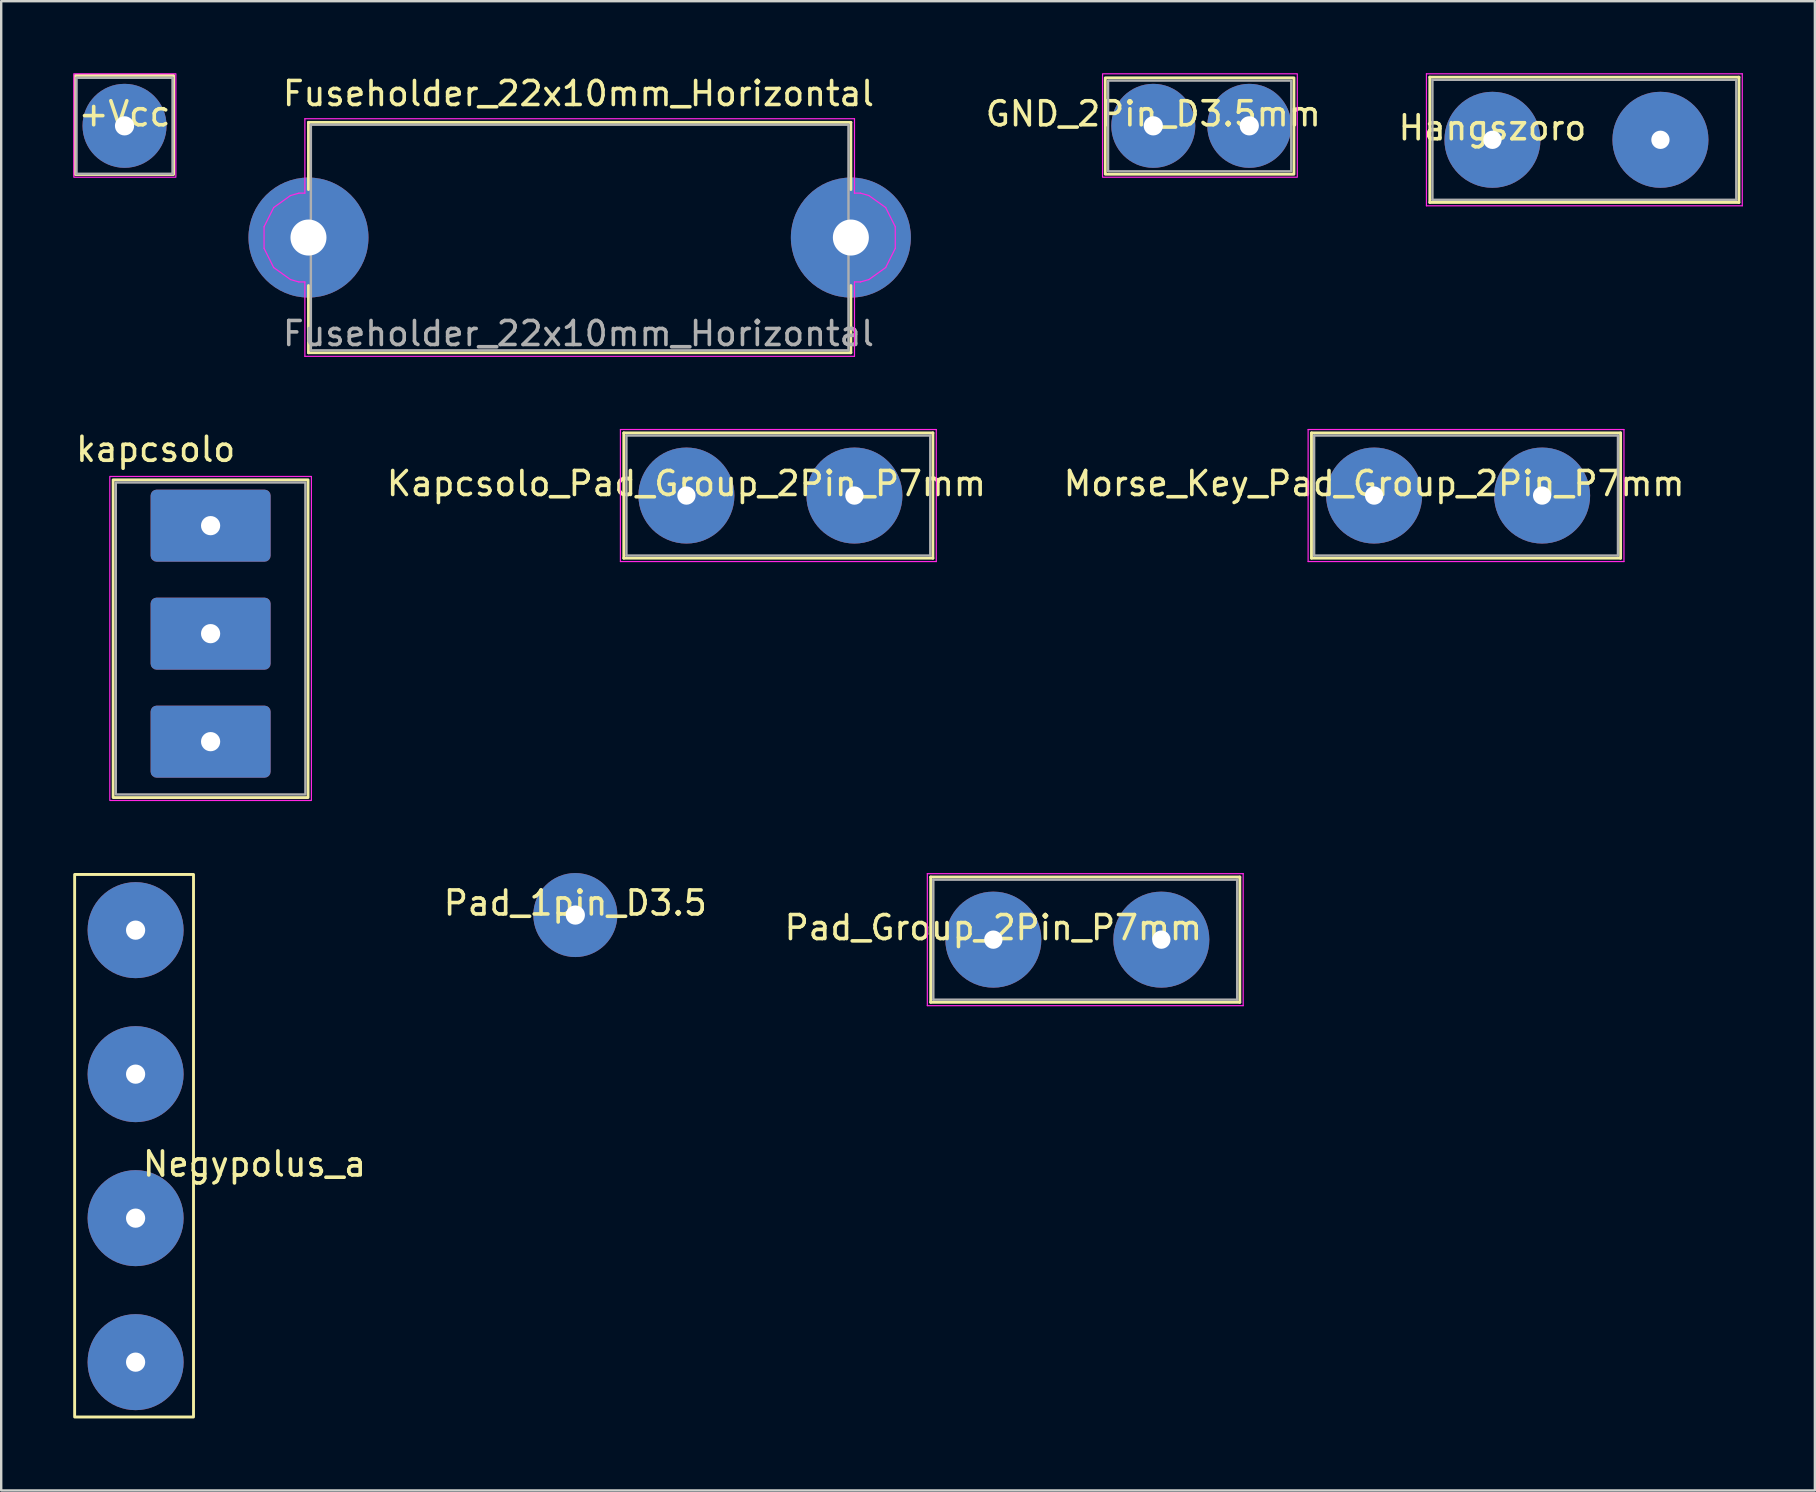
<source format=kicad_pcb>
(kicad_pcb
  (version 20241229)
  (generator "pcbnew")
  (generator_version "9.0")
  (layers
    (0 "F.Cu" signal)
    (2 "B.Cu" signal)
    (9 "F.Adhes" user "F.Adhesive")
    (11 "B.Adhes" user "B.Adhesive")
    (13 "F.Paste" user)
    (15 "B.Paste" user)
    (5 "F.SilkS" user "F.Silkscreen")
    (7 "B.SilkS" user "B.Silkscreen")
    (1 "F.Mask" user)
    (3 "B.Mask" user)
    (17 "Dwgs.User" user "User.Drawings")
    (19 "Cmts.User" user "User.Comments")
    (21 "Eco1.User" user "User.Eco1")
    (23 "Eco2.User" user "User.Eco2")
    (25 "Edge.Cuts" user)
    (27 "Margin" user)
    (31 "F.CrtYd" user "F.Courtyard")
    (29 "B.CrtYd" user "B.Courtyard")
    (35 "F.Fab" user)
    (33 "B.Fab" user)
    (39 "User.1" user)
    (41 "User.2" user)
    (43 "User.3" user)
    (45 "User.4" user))
  (footprint "Morse_Key_Pad_Group_2Pin_P7mm"
    (layer "F.Cu")
    (at 54.205 17.598)
    (property "Reference" "Morse_Key_Pad_Group_2Pin_P7mm" (at 0 -0.5 0) (unlocked yes) (layer "F.SilkS") (effects (font (size 1 1) (thickness 0.15))))
    (attr through_hole)
    (fp_line (start -2.61 -2.61) (end 10.27 -2.61) (stroke (width 0.12) (type default)) (layer "F.SilkS"))
    (fp_line (start -2.61 2.61) (end -2.61 -2.61) (stroke (width 0.12) (type default)) (layer "F.SilkS"))
    (fp_line (start 10.27 -2.61) (end 10.27 2.61) (stroke (width 0.12) (type default)) (layer "F.SilkS"))
    (fp_line (start 10.27 2.61) (end -2.61 2.61) (stroke (width 0.12) (type default)) (layer "F.SilkS"))
    (fp_line (start -2.75 -2.75) (end 10.41 -2.75) (stroke (width 0.05) (type default)) (layer "F.CrtYd"))
    (fp_line (start -2.75 2.75) (end -2.75 -2.75) (stroke (width 0.05) (type default)) (layer "F.CrtYd"))
    (fp_line (start 10.41 -2.75) (end 10.41 2.75) (stroke (width 0.05) (type default)) (layer "F.CrtYd"))
    (fp_line (start 10.41 2.75) (end -2.75 2.75) (stroke (width 0.05) (type default)) (layer "F.CrtYd"))
    (fp_line (start -2.5 -2.5) (end 10.16 -2.5) (stroke (width 0.1) (type default)) (layer "F.Fab"))
    (fp_line (start -2.5 2.5) (end -2.5 -2.5) (stroke (width 0.1) (type default)) (layer "F.Fab"))
    (fp_line (start 10.16 -2.5) (end 10.16 2.5) (stroke (width 0.1) (type default)) (layer "F.Fab"))
    (fp_line (start 10.16 2.5) (end -2.5 2.5) (stroke (width 0.1) (type default)) (layer "F.Fab"))
    (pad "1" thru_hole circle (at 0 0) (size 4 4) (drill 0.762) (layers "*.Cu" "*.Mask"))
    (pad "2" thru_hole circle (at 7 0) (size 4 4) (drill 0.762) (layers "*.Cu" "*.Mask")))
  (footprint "Hangszoro"
    (layer "F.Cu")
    (at 59.135 2.775)
    (property "Reference" "Hangszoro" (at 0 -0.5 0) (unlocked yes) (layer "F.SilkS") (effects (font (size 1 1) (thickness 0.15))))
    (attr through_hole)
    (fp_line (start -2.61 -2.61) (end 10.27 -2.61) (stroke (width 0.12) (type default)) (layer "F.SilkS"))
    (fp_line (start -2.61 2.61) (end -2.61 -2.61) (stroke (width 0.12) (type default)) (layer "F.SilkS"))
    (fp_line (start 10.27 -2.61) (end 10.27 2.61) (stroke (width 0.12) (type default)) (layer "F.SilkS"))
    (fp_line (start 10.27 2.61) (end -2.61 2.61) (stroke (width 0.12) (type default)) (layer "F.SilkS"))
    (fp_line (start -2.75 -2.75) (end 10.41 -2.75) (stroke (width 0.05) (type default)) (layer "F.CrtYd"))
    (fp_line (start -2.75 2.75) (end -2.75 -2.75) (stroke (width 0.05) (type default)) (layer "F.CrtYd"))
    (fp_line (start 10.41 -2.75) (end 10.41 2.75) (stroke (width 0.05) (type default)) (layer "F.CrtYd"))
    (fp_line (start 10.41 2.75) (end -2.75 2.75) (stroke (width 0.05) (type default)) (layer "F.CrtYd"))
    (fp_line (start -2.5 -2.5) (end 10.16 -2.5) (stroke (width 0.1) (type default)) (layer "F.Fab"))
    (fp_line (start -2.5 2.5) (end -2.5 -2.5) (stroke (width 0.1) (type default)) (layer "F.Fab"))
    (fp_line (start 10.16 -2.5) (end 10.16 2.5) (stroke (width 0.1) (type default)) (layer "F.Fab"))
    (fp_line (start 10.16 2.5) (end -2.5 2.5) (stroke (width 0.1) (type default)) (layer "F.Fab"))
    (pad "1" thru_hole circle (at 0 0) (size 4 4) (drill 0.762) (layers "*.Cu" "*.Mask"))
    (pad "2" thru_hole circle (at 7 0) (size 4 4) (drill 0.762) (layers "*.Cu" "*.Mask")))
  (footprint "Pad_1pin_D3.5"
    (layer "F.Cu")
    (at 20.922 35.077)
    (property "Reference" "Pad_1pin_D3.5" (at 0 -0.5 0) (unlocked yes) (layer "F.SilkS") (effects (font (size 1 1) (thickness 0.15))))
    (attr through_hole)
    (pad "1" thru_hole circle (at 0 0) (size 3.5 3.5) (drill 0.8) (layers "*.Cu" "*.Mask")))
  (footprint "+Vcc"
    (layer "F.Cu")
    (at 2.139 2.193)
    (property "Reference" "+Vcc" (at 0 -0.5 0) (unlocked yes) (layer "F.SilkS") (effects (font (size 1 1) (thickness 0.15))))
    (attr through_hole)
    (fp_rect (start -2.054 -2.101) (end 2.043 2.028) (stroke (width 0.12) (type default)) (fill no) (layer "F.SilkS"))
    (fp_rect (start -2.114 -2.168) (end 2.139 2.14) (stroke (width 0.05) (type default)) (fill no) (layer "F.CrtYd"))
    (fp_rect (start -2 -2) (end 2 -2) (stroke (width 0.1) (type default)) (fill no) (layer "F.Fab"))
    (fp_rect (start -2 2) (end -2 -2) (stroke (width 0.1) (type default)) (fill no) (layer "F.Fab"))
    (fp_rect (start 2 -2) (end 2 2) (stroke (width 0.1) (type default)) (fill no) (layer "F.Fab"))
    (fp_rect (start 2 2) (end -2 2) (stroke (width 0.1) (type default)) (fill no) (layer "F.Fab"))
    (pad "" thru_hole circle (at 0 0) (size 3.5 3.5) (drill 0.8) (layers "*.Cu" "*.Mask")))
  (footprint "Negypolus_a"
    (layer "F.Cu")
    (at 2.6 53.706)
    (property "Reference" "Negypolus_a" (at 4.953 -8.255 0) (unlocked yes) (layer "F.SilkS") (effects (font (size 1 1) (thickness 0.15))))
    (attr through_hole)
    (fp_rect (start -2.54 -20.32) (end 2.413 2.286) (stroke (width 0.12) (type default)) (fill no) (layer "F.SilkS"))
    (pad "1" thru_hole circle (at 0 0) (size 4 4) (drill 0.8) (layers "*.Cu" "*.Mask"))
    (pad "2" thru_hole circle (at 0 -6) (size 4 4) (drill 0.8) (layers "*.Cu" "*.Mask"))
    (pad "3" thru_hole circle (at 0 -12) (size 4 4) (drill 0.8) (layers "*.Cu" "*.Mask"))
    (pad "4" thru_hole circle (at 0 -18) (size 4 4) (drill 0.8) (layers "*.Cu" "*.Mask")))
  (footprint "Pad_Group_2Pin_P7mm"
    (layer "F.Cu")
    (at 38.339 36.102)
    (property "Reference" "Pad_Group_2Pin_P7mm" (at 0 -0.5 0) (unlocked yes) (layer "F.SilkS") (effects (font (size 1 1) (thickness 0.15))))
    (attr through_hole)
    (fp_line (start -2.61 -2.61) (end 10.27 -2.61) (stroke (width 0.12) (type default)) (layer "F.SilkS"))
    (fp_line (start -2.61 2.61) (end -2.61 -2.61) (stroke (width 0.12) (type default)) (layer "F.SilkS"))
    (fp_line (start 10.27 -2.61) (end 10.27 2.61) (stroke (width 0.12) (type default)) (layer "F.SilkS"))
    (fp_line (start 10.27 2.61) (end -2.61 2.61) (stroke (width 0.12) (type default)) (layer "F.SilkS"))
    (fp_line (start -2.75 -2.75) (end 10.41 -2.75) (stroke (width 0.05) (type default)) (layer "F.CrtYd"))
    (fp_line (start -2.75 2.75) (end -2.75 -2.75) (stroke (width 0.05) (type default)) (layer "F.CrtYd"))
    (fp_line (start 10.41 -2.75) (end 10.41 2.75) (stroke (width 0.05) (type default)) (layer "F.CrtYd"))
    (fp_line (start 10.41 2.75) (end -2.75 2.75) (stroke (width 0.05) (type default)) (layer "F.CrtYd"))
    (fp_line (start -2.5 -2.5) (end 10.16 -2.5) (stroke (width 0.1) (type default)) (layer "F.Fab"))
    (fp_line (start -2.5 2.5) (end -2.5 -2.5) (stroke (width 0.1) (type default)) (layer "F.Fab"))
    (fp_line (start 10.16 -2.5) (end 10.16 2.5) (stroke (width 0.1) (type default)) (layer "F.Fab"))
    (fp_line (start 10.16 2.5) (end -2.5 2.5) (stroke (width 0.1) (type default)) (layer "F.Fab"))
    (pad "1" thru_hole circle (at 0 0) (size 4 4) (drill 0.762) (layers "*.Cu" "*.Mask"))
    (pad "2" thru_hole circle (at 7 0) (size 4 4) (drill 0.762) (layers "*.Cu" "*.Mask")))
  (footprint "GND_2Pin_D3.5mm"
    (layer "F.Cu")
    (at 45.004 2.193)
    (property "Reference" "GND_2Pin_D3.5mm" (at 0 -0.5 0) (unlocked yes) (layer "F.SilkS") (effects (font (size 1 1) (thickness 0.15))))
    (attr through_hole)
    (fp_rect (start -2 -2) (end 5.86 2.016) (stroke (width 0.12) (type default)) (fill no) (layer "F.SilkS"))
    (fp_rect (start -2.114 -2.168) (end 6 2.14) (stroke (width 0.05) (type default)) (fill no) (layer "F.CrtYd"))
    (fp_rect (start -1.884 -1.884) (end 5.748 1.895) (stroke (width 0.1) (type default)) (fill no) (layer "F.Fab"))
    (pad "1" thru_hole circle (at 0 0) (size 3.5 3.5) (drill 0.8) (layers "*.Cu" "*.Mask"))
    (pad "2" thru_hole circle (at 4 0) (size 3.5 3.5) (drill 0.8) (layers "*.Cu" "*.Mask")))
  (footprint "kapcsolo"
    (layer "F.Cu")
    (at 5.725 18.852)
    (property "Reference" "kapcsolo" (at -2.29 -3.18 0) (unlocked yes) (layer "F.SilkS") (effects (font (size 1 1) (thickness 0.15))))
    (attr through_hole)
    (fp_rect (start -4.06 -1.91) (end 4.06 11.33) (stroke (width 0.12) (type default)) (fill no) (layer "F.SilkS"))
    (fp_rect (start -4.2 -2.05) (end 4.2 11.45) (stroke (width 0.05) (type default)) (fill no) (layer "F.CrtYd"))
    (fp_rect (start -3.95 -1.8) (end 3.95 11.2) (stroke (width 0.1) (type default)) (fill no) (layer "F.Fab"))
    (pad "A" thru_hole roundrect (at 0 9) (size 5 3) (drill 0.8) (layers "*.Cu" "*.Mask") (roundrect_rratio 0.083))
    (pad "B" thru_hole roundrect (at 0 4.5) (size 5 3) (drill 0.8) (layers "*.Cu" "*.Mask") (roundrect_rratio 0.083))
    (pad "C" thru_hole roundrect (at 0 0) (size 5 3) (drill 0.8) (layers "*.Cu" "*.Mask") (roundrect_rratio 0.083)))
  (footprint "Kapcsolo_Pad_Group_2Pin_P7mm"
    (layer "F.Cu")
    (at 25.551 17.598)
    (property "Reference" "Kapcsolo_Pad_Group_2Pin_P7mm" (at 0 -0.5 0) (unlocked yes) (layer "F.SilkS") (effects (font (size 1 1) (thickness 0.15))))
    (attr through_hole)
    (fp_line (start -2.61 -2.61) (end 10.27 -2.61) (stroke (width 0.12) (type default)) (layer "F.SilkS"))
    (fp_line (start -2.61 2.61) (end -2.61 -2.61) (stroke (width 0.12) (type default)) (layer "F.SilkS"))
    (fp_line (start 10.27 -2.61) (end 10.27 2.61) (stroke (width 0.12) (type default)) (layer "F.SilkS"))
    (fp_line (start 10.27 2.61) (end -2.61 2.61) (stroke (width 0.12) (type default)) (layer "F.SilkS"))
    (fp_line (start -2.75 -2.75) (end 10.41 -2.75) (stroke (width 0.05) (type default)) (layer "F.CrtYd"))
    (fp_line (start -2.75 2.75) (end -2.75 -2.75) (stroke (width 0.05) (type default)) (layer "F.CrtYd"))
    (fp_line (start 10.41 -2.75) (end 10.41 2.75) (stroke (width 0.05) (type default)) (layer "F.CrtYd"))
    (fp_line (start 10.41 2.75) (end -2.75 2.75) (stroke (width 0.05) (type default)) (layer "F.CrtYd"))
    (fp_line (start -2.5 -2.5) (end 10.16 -2.5) (stroke (width 0.1) (type default)) (layer "F.Fab"))
    (fp_line (start -2.5 2.5) (end -2.5 -2.5) (stroke (width 0.1) (type default)) (layer "F.Fab"))
    (fp_line (start 10.16 -2.5) (end 10.16 2.5) (stroke (width 0.1) (type default)) (layer "F.Fab"))
    (fp_line (start 10.16 2.5) (end -2.5 2.5) (stroke (width 0.1) (type default)) (layer "F.Fab"))
    (pad "1" thru_hole circle (at 0 0) (size 4 4) (drill 0.762) (layers "*.Cu" "*.Mask"))
    (pad "2" thru_hole circle (at 7 0) (size 4 4) (drill 0.762) (layers "*.Cu" "*.Mask")))
  (footprint "Fuseholder_22x10mm_Horizontal"
    (layer "F.Cu")
    (at 9.803 6.848)
    (property "Reference" "Fuseholder_22x10mm_Horizontal" (at 11.25 -6 0) (layer "F.SilkS") (effects (font (size 1 1) (thickness 0.15))))
    (attr through_hole)
    (fp_line (start 0 -4.8) (end 22.6 -4.8) (stroke (width 0.12) (type solid)) (layer "F.SilkS"))
    (fp_line (start 0 -2) (end 0 -4.8) (stroke (width 0.12) (type solid)) (layer "F.SilkS"))
    (fp_line (start 0 4.8) (end 0 2) (stroke (width 0.12) (type solid)) (layer "F.SilkS"))
    (fp_line (start 0 4.8) (end 22.6 4.8) (stroke (width 0.12) (type solid)) (layer "F.SilkS"))
    (fp_line (start 22.6 -2) (end 22.6 -4.8) (stroke (width 0.12) (type solid)) (layer "F.SilkS"))
    (fp_line (start 22.6 4.8) (end 22.6 2) (stroke (width 0.12) (type solid)) (layer "F.SilkS"))
    (fp_line (start -1.85 -0.45) (end -1.85 0.45) (stroke (width 0.05) (type solid)) (layer "F.CrtYd"))
    (fp_line (start -1.85 -0.45) (end -1.45 -1.25) (stroke (width 0.05) (type solid)) (layer "F.CrtYd"))
    (fp_line (start -1.45 1.25) (end -1.85 0.45) (stroke (width 0.05) (type solid)) (layer "F.CrtYd"))
    (fp_line (start -1.45 1.25) (end -0.75 1.75) (stroke (width 0.05) (type solid)) (layer "F.CrtYd"))
    (fp_line (start -0.75 -1.75) (end -1.45 -1.25) (stroke (width 0.05) (type solid)) (layer "F.CrtYd"))
    (fp_line (start -0.75 1.75) (end -0.4 1.85) (stroke (width 0.05) (type solid)) (layer "F.CrtYd"))
    (fp_line (start -0.4 -1.85) (end -0.75 -1.75) (stroke (width 0.05) (type solid)) (layer "F.CrtYd"))
    (fp_line (start -0.4 1.85) (end -0.15 1.85) (stroke (width 0.05) (type solid)) (layer "F.CrtYd"))
    (fp_line (start -0.15 -4.95) (end 22.75 -4.95) (stroke (width 0.05) (type solid)) (layer "F.CrtYd"))
    (fp_line (start -0.15 -1.85) (end -0.4 -1.85) (stroke (width 0.05) (type solid)) (layer "F.CrtYd"))
    (fp_line (start -0.15 -1.85) (end -0.15 -4.95) (stroke (width 0.05) (type solid)) (layer "F.CrtYd"))
    (fp_line (start -0.15 4.95) (end -0.15 1.85) (stroke (width 0.05) (type solid)) (layer "F.CrtYd"))
    (fp_line (start 22.75 -1.85) (end 22.75 -4.95) (stroke (width 0.05) (type solid)) (layer "F.CrtYd"))
    (fp_line (start 22.75 -1.85) (end 23 -1.85) (stroke (width 0.05) (type solid)) (layer "F.CrtYd"))
    (fp_line (start 22.75 1.85) (end 22.75 4.95) (stroke (width 0.05) (type solid)) (layer "F.CrtYd"))
    (fp_line (start 22.75 1.85) (end 23 1.85) (stroke (width 0.05) (type solid)) (layer "F.CrtYd"))
    (fp_line (start 22.75 4.95) (end -0.15 4.95) (stroke (width 0.05) (type solid)) (layer "F.CrtYd"))
    (fp_line (start 23 1.85) (end 23.35 1.75) (stroke (width 0.05) (type solid)) (layer "F.CrtYd"))
    (fp_line (start 23.35 -1.75) (end 23 -1.85) (stroke (width 0.05) (type solid)) (layer "F.CrtYd"))
    (fp_line (start 23.35 1.75) (end 24.05 1.25) (stroke (width 0.05) (type solid)) (layer "F.CrtYd"))
    (fp_line (start 24.05 -1.25) (end 23.35 -1.75) (stroke (width 0.05) (type solid)) (layer "F.CrtYd"))
    (fp_line (start 24.05 1.25) (end 24.45 0.45) (stroke (width 0.05) (type solid)) (layer "F.CrtYd"))
    (fp_line (start 24.45 -0.45) (end 24.05 -1.25) (stroke (width 0.05) (type solid)) (layer "F.CrtYd"))
    (fp_line (start 24.45 0.45) (end 24.45 -0.45) (stroke (width 0.05) (type solid)) (layer "F.CrtYd"))
    (fp_line (start 0.1 -4.7) (end 0.1 4.7) (stroke (width 0.1) (type solid)) (layer "F.Fab"))
    (fp_line (start 0.1 4.7) (end 22.5 4.7) (stroke (width 0.1) (type solid)) (layer "F.Fab"))
    (fp_line (start 22.5 -4.7) (end 0.1 -4.7) (stroke (width 0.1) (type solid)) (layer "F.Fab"))
    (fp_line (start 22.5 4.7) (end 22.5 -4.7) (stroke (width 0.1) (type solid)) (layer "F.Fab"))
    (fp_text user "${REFERENCE}" (at 11.25 4 0) (layer "F.Fab") (effects (font (size 1 1) (thickness 0.15))))
    (pad "1" thru_hole circle (at 0 0) (size 5 5) (drill 1.5) (layers "*.Cu" "*.Mask"))
    (pad "2" thru_hole circle (at 22.6 0) (size 5 5) (drill 1.5) (layers "*.Cu" "*.Mask")))
  (gr_rect
    (start -3 -3)
    (end 72.57 59.053)
    (stroke (width 0.1) (type default))
    (fill no)
    (layer "Edge.Cuts")))
</source>
